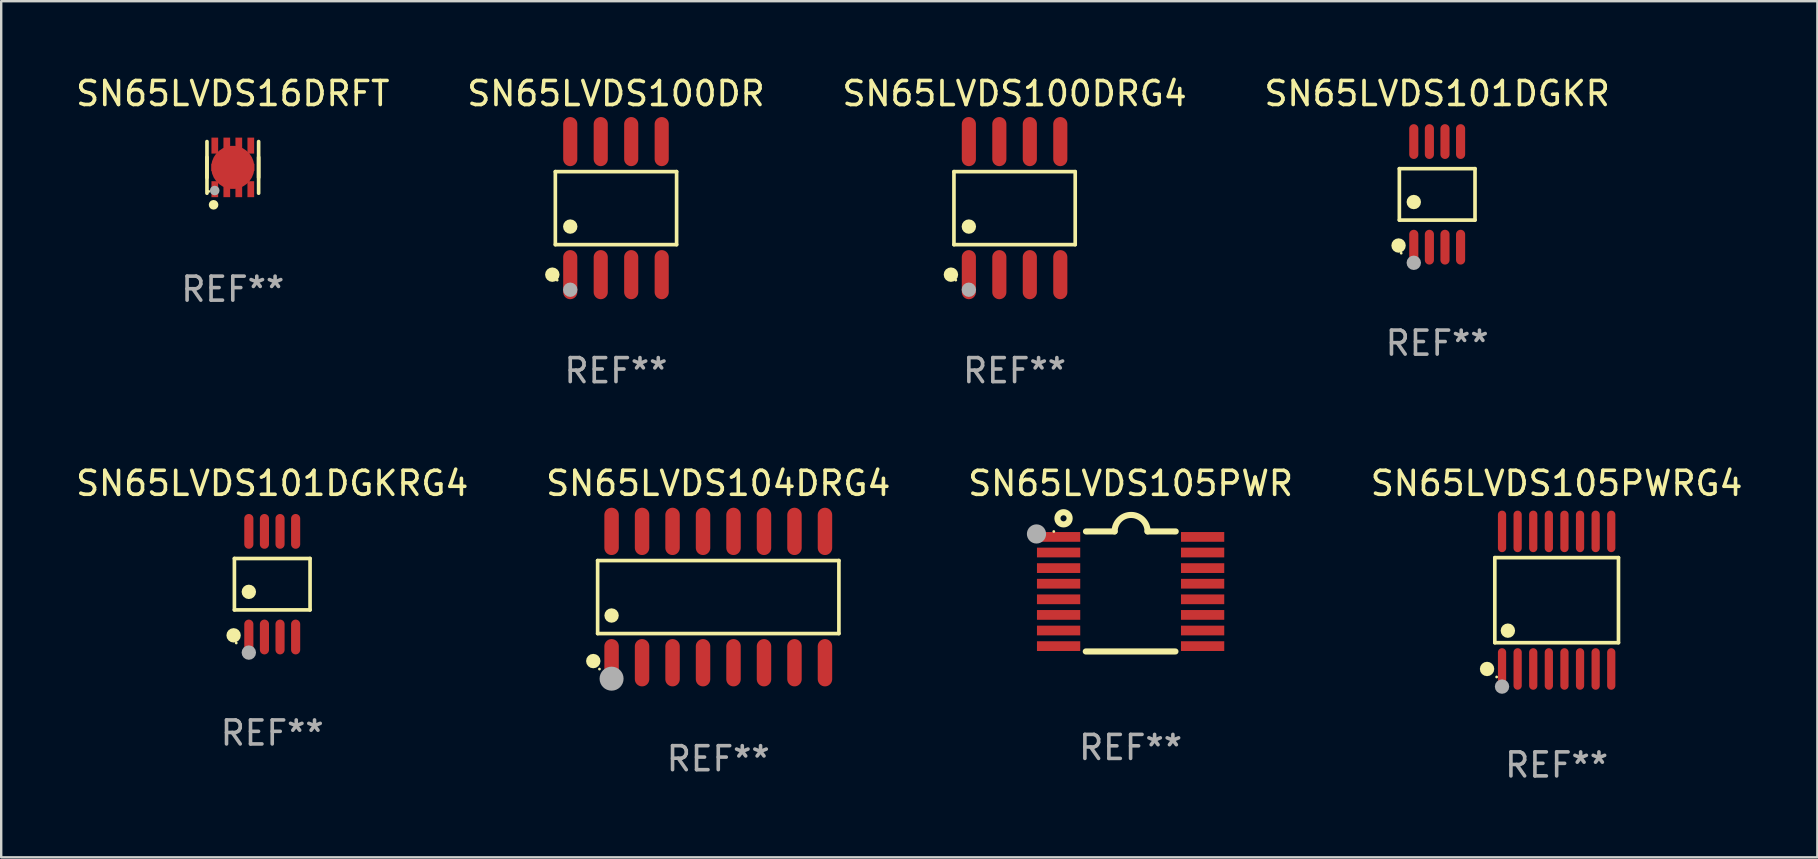
<source format=kicad_pcb>
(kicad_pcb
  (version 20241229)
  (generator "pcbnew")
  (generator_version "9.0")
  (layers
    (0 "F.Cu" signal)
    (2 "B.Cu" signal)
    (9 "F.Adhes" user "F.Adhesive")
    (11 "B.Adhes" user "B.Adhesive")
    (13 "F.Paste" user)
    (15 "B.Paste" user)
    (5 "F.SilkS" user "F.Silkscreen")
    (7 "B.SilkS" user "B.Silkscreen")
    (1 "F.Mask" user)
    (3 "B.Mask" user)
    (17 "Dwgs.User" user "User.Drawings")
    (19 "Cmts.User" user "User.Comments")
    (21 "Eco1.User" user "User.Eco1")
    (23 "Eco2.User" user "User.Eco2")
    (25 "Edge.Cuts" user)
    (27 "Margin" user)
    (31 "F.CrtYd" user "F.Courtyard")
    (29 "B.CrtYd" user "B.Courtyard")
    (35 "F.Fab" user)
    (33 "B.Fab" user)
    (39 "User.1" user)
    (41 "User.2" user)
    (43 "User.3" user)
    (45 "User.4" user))
  (footprint "SN65LVDS105PWRG4"
    (layer "F.Cu")
    (at 61.804 21.955)
    (property "Reference" "SN65LVDS105PWRG4" (at 0 -4.866 0) (layer "F.SilkS") (effects (font (size 1 1) (thickness 0.15))))
    (attr through_hole)
    (fp_line (start -2.576 -1.772) (end 2.576 -1.772) (stroke (width 0.152) (type solid)) (layer "F.SilkS"))
    (fp_line (start -2.576 1.771) (end -2.576 -1.772) (stroke (width 0.152) (type solid)) (layer "F.SilkS"))
    (fp_line (start 2.576 -1.772) (end 2.576 1.771) (stroke (width 0.152) (type solid)) (layer "F.SilkS"))
    (fp_line (start 2.576 1.771) (end -2.576 1.771) (stroke (width 0.152) (type solid)) (layer "F.SilkS"))
    (fp_circle (center -2.899 2.866) (end -2.749 2.866) (stroke (width 0.3) (type solid)) (fill no) (layer "F.SilkS"))
    (fp_circle (center -2.5 3.2) (end -2.47 3.2) (stroke (width 0.06) (type solid)) (fill no) (layer "F.SilkS"))
    (fp_circle (center -2.032 1.27) (end -1.882 1.27) (stroke (width 0.3) (type solid)) (fill no) (layer "F.SilkS"))
    (fp_circle (center -2.275 3.6) (end -2.125 3.6) (stroke (width 0.3) (type solid)) (fill no) (layer "F.Fab"))
    (fp_text user "REF**" (at 0 6.866 0) (layer "F.Fab") (effects (font (size 1 1) (thickness 0.15))))
    (pad "1" smd oval (at -2.275 2.866) (size 0.343 1.731) (layers "F.Cu" "F.Mask" "F.Paste"))
    (pad "2" smd oval (at -1.625 2.866) (size 0.343 1.731) (layers "F.Cu" "F.Mask" "F.Paste"))
    (pad "3" smd oval (at -0.975 2.866) (size 0.343 1.731) (layers "F.Cu" "F.Mask" "F.Paste"))
    (pad "4" smd oval (at -0.325 2.866) (size 0.343 1.731) (layers "F.Cu" "F.Mask" "F.Paste"))
    (pad "5" smd oval (at 0.325 2.866) (size 0.343 1.731) (layers "F.Cu" "F.Mask" "F.Paste"))
    (pad "6" smd oval (at 0.975 2.866) (size 0.343 1.731) (layers "F.Cu" "F.Mask" "F.Paste"))
    (pad "7" smd oval (at 1.625 2.866) (size 0.343 1.731) (layers "F.Cu" "F.Mask" "F.Paste"))
    (pad "8" smd oval (at 2.275 2.866) (size 0.343 1.731) (layers "F.Cu" "F.Mask" "F.Paste"))
    (pad "9" smd oval (at 2.275 -2.866) (size 0.343 1.731) (layers "F.Cu" "F.Mask" "F.Paste"))
    (pad "10" smd oval (at 1.625 -2.866) (size 0.343 1.731) (layers "F.Cu" "F.Mask" "F.Paste"))
    (pad "11" smd oval (at 0.975 -2.866) (size 0.343 1.731) (layers "F.Cu" "F.Mask" "F.Paste"))
    (pad "12" smd oval (at 0.325 -2.866) (size 0.343 1.731) (layers "F.Cu" "F.Mask" "F.Paste"))
    (pad "13" smd oval (at -0.325 -2.866) (size 0.343 1.731) (layers "F.Cu" "F.Mask" "F.Paste"))
    (pad "14" smd oval (at -0.975 -2.866) (size 0.343 1.731) (layers "F.Cu" "F.Mask" "F.Paste"))
    (pad "15" smd oval (at -1.625 -2.866) (size 0.343 1.731) (layers "F.Cu" "F.Mask" "F.Paste"))
    (pad "16" smd oval (at -2.275 -2.866) (size 0.343 1.731) (layers "F.Cu" "F.Mask" "F.Paste")))
  (footprint "SN65LVDS16DRFT"
    (layer "F.Cu")
    (at 6.649 3.924)
    (property "Reference" "SN65LVDS16DRFT" (at 0 -3.076 0) (layer "F.SilkS") (effects (font (size 1 1) (thickness 0.15))))
    (attr through_hole)
    (fp_line (start -1.076 -1.076) (end -1.076 0.423) (stroke (width 0.152) (type solid)) (layer "F.SilkS"))
    (fp_line (start -1.076 1.076) (end -1.076 -0.423) (stroke (width 0.152) (type solid)) (layer "F.SilkS"))
    (fp_line (start 1.076 -1.076) (end 1.076 0.423) (stroke (width 0.152) (type solid)) (layer "F.SilkS"))
    (fp_line (start 1.076 1.076) (end 1.076 -0.423) (stroke (width 0.152) (type solid)) (layer "F.SilkS"))
    (fp_circle (center -1 1) (end -0.97 1) (stroke (width 0.06) (type solid)) (fill no) (layer "F.SilkS"))
    (fp_circle (center -0.801 1.559) (end -0.701 1.559) (stroke (width 0.2) (type solid)) (fill no) (layer "F.SilkS"))
    (fp_circle (center -0.753 0.963) (end -0.653 0.963) (stroke (width 0.2) (type solid)) (fill no) (layer "F.Fab"))
    (fp_text user "REF**" (at 0 5.076 0) (layer "F.Fab") (effects (font (size 1 1) (thickness 0.15))))
    (pad "1" smd rect (at -0.75 0.908) (size 0.28 0.665) (layers "F.Cu" "F.Mask" "F.Paste"))
    (pad "2" smd rect (at -0.25 0.908) (size 0.28 0.665) (layers "F.Cu" "F.Mask" "F.Paste"))
    (pad "3" smd rect (at 0.25 0.908) (size 0.28 0.665) (layers "F.Cu" "F.Mask" "F.Paste"))
    (pad "4" smd rect (at 0.75 0.908) (size 0.28 0.665) (layers "F.Cu" "F.Mask" "F.Paste"))
    (pad "5" smd rect (at 0.75 -0.908) (size 0.28 0.665) (layers "F.Cu" "F.Mask" "F.Paste"))
    (pad "6" smd rect (at 0.25 -0.908) (size 0.28 0.665) (layers "F.Cu" "F.Mask" "F.Paste"))
    (pad "7" smd rect (at -0.25 -0.908) (size 0.28 0.665) (layers "F.Cu" "F.Mask" "F.Paste"))
    (pad "8" smd rect (at -0.75 -0.908) (size 0.28 0.665) (layers "F.Cu" "F.Mask" "F.Paste"))
    (pad "9" smd custom (at 0 0) (size 1.8 0.5) (layers "F.Cu" "F.Mask" "F.Paste") (options (anchor circle)) (primitives (gr_poly (pts (xy 0.25 0.25) (xy -0.25 0.25) (xy -0.25 0.15) (xy -0.9 0.15) (xy -0.9 -0.15) (xy -0.25 -0.15) (xy -0.25 -0.25) (xy 0.25 -0.25) (xy 0.25 -0.15) (xy 0.9 -0.15) (xy 0.9 0.15) (xy 0.25 0.15)) (width 0) (fill yes)))))
  (footprint "SN65LVDS100DRG4"
    (layer "F.Cu")
    (at 39.22 5.621)
    (property "Reference" "SN65LVDS100DRG4" (at 0 -4.772 0) (layer "F.SilkS") (effects (font (size 1 1) (thickness 0.15))))
    (attr through_hole)
    (fp_line (start -2.526 -1.521) (end 2.526 -1.521) (stroke (width 0.152) (type solid)) (layer "F.SilkS"))
    (fp_line (start -2.526 1.521) (end -2.526 -1.521) (stroke (width 0.152) (type solid)) (layer "F.SilkS"))
    (fp_line (start 2.526 -1.521) (end 2.526 1.521) (stroke (width 0.152) (type solid)) (layer "F.SilkS"))
    (fp_line (start 2.526 1.521) (end -2.526 1.521) (stroke (width 0.152) (type solid)) (layer "F.SilkS"))
    (fp_circle (center -2.652 2.772) (end -2.501 2.772) (stroke (width 0.3) (type solid)) (fill no) (layer "F.SilkS"))
    (fp_circle (center -2.45 3) (end -2.42 3) (stroke (width 0.06) (type solid)) (fill no) (layer "F.SilkS"))
    (fp_circle (center -1.905 0.769) (end -1.755 0.769) (stroke (width 0.3) (type solid)) (fill no) (layer "F.SilkS"))
    (fp_circle (center -1.905 3.4) (end -1.755 3.4) (stroke (width 0.3) (type solid)) (fill no) (layer "F.Fab"))
    (fp_text user "REF**" (at 0 6.772 0) (layer "F.Fab") (effects (font (size 1 1) (thickness 0.15))))
    (pad "1" smd oval (at -1.905 2.772) (size 0.588 2.045) (layers "F.Cu" "F.Mask" "F.Paste"))
    (pad "2" smd oval (at -0.635 2.772) (size 0.588 2.045) (layers "F.Cu" "F.Mask" "F.Paste"))
    (pad "3" smd oval (at 0.635 2.772) (size 0.588 2.045) (layers "F.Cu" "F.Mask" "F.Paste"))
    (pad "4" smd oval (at 1.905 2.772) (size 0.588 2.045) (layers "F.Cu" "F.Mask" "F.Paste"))
    (pad "5" smd oval (at 1.905 -2.772) (size 0.588 2.045) (layers "F.Cu" "F.Mask" "F.Paste"))
    (pad "6" smd oval (at 0.635 -2.772) (size 0.588 2.045) (layers "F.Cu" "F.Mask" "F.Paste"))
    (pad "7" smd oval (at -0.635 -2.772) (size 0.588 2.045) (layers "F.Cu" "F.Mask" "F.Paste"))
    (pad "8" smd oval (at -1.905 -2.772) (size 0.588 2.045) (layers "F.Cu" "F.Mask" "F.Paste")))
  (footprint "SN65LVDS105PWR"
    (layer "F.Cu")
    (at 44.054 21.591)
    (property "Reference" "SN65LVDS105PWR" (at 0 -4.501 0) (layer "F.SilkS") (effects (font (size 1 1) (thickness 0.15))))
    (attr through_hole)
    (fp_line (start -1.868 2.501) (end 1.868 2.501) (stroke (width 0.254) (type solid)) (layer "F.SilkS"))
    (fp_line (start -1.86 -2.499) (end -0.666 -2.501) (stroke (width 0.254) (type solid)) (layer "F.SilkS"))
    (fp_line (start 0.706 -2.501) (end 1.88 -2.499) (stroke (width 0.254) (type solid)) (layer "F.SilkS"))
    (fp_arc (start -0.665914 -2.501448) (mid 0.019888 -3.18725) (end 0.70569 -2.501448) (stroke (width 0.254001) (type solid)) (layer "F.SilkS"))
    (fp_circle (center -3.2 -2.497) (end -3.17 -2.497) (stroke (width 0.06) (type solid)) (fill no) (layer "F.SilkS"))
    (fp_circle (center -2.794 -3.047) (end -2.54 -3.047) (stroke (width 0.254) (type solid)) (fill no) (layer "F.SilkS"))
    (fp_circle (center -3.921 -2.395) (end -3.721 -2.395) (stroke (width 0.4) (type solid)) (fill no) (layer "F.Fab"))
    (fp_text user "REF**" (at 0 6.501 0) (layer "F.Fab") (effects (font (size 1 1) (thickness 0.15))))
    (pad "1" smd rect (at -3 -2.272) (size 1.803 0.406) (layers "F.Cu" "F.Mask" "F.Paste"))
    (pad "2" smd rect (at -3 -1.622) (size 1.803 0.406) (layers "F.Cu" "F.Mask" "F.Paste"))
    (pad "3" smd rect (at -3 -0.972) (size 1.803 0.406) (layers "F.Cu" "F.Mask" "F.Paste"))
    (pad "4" smd rect (at -3 -0.322) (size 1.803 0.406) (layers "F.Cu" "F.Mask" "F.Paste"))
    (pad "5" smd rect (at -3 0.328) (size 1.803 0.406) (layers "F.Cu" "F.Mask" "F.Paste"))
    (pad "6" smd rect (at -3 0.978) (size 1.803 0.406) (layers "F.Cu" "F.Mask" "F.Paste"))
    (pad "7" smd rect (at -3 1.628) (size 1.803 0.406) (layers "F.Cu" "F.Mask" "F.Paste"))
    (pad "8" smd rect (at -3 2.278) (size 1.803 0.406) (layers "F.Cu" "F.Mask" "F.Paste"))
    (pad "9" smd rect (at 3 2.278) (size 1.803 0.406) (layers "F.Cu" "F.Mask" "F.Paste"))
    (pad "10" smd rect (at 3 1.628) (size 1.803 0.406) (layers "F.Cu" "F.Mask" "F.Paste"))
    (pad "11" smd rect (at 3 0.978) (size 1.803 0.406) (layers "F.Cu" "F.Mask" "F.Paste"))
    (pad "12" smd rect (at 3 0.328) (size 1.803 0.406) (layers "F.Cu" "F.Mask" "F.Paste"))
    (pad "13" smd rect (at 3 -0.322) (size 1.803 0.406) (layers "F.Cu" "F.Mask" "F.Paste"))
    (pad "14" smd rect (at 3 -0.972) (size 1.803 0.406) (layers "F.Cu" "F.Mask" "F.Paste"))
    (pad "15" smd rect (at 3 -1.622) (size 1.803 0.406) (layers "F.Cu" "F.Mask" "F.Paste"))
    (pad "16" smd rect (at 3 -2.272) (size 1.803 0.406) (layers "F.Cu" "F.Mask" "F.Paste")))
  (footprint "SN65LVDS101DGKRG4"
    (layer "F.Cu")
    (at 8.292 21.289)
    (property "Reference" "SN65LVDS101DGKRG4" (at 0 -4.2 0) (layer "F.SilkS") (effects (font (size 1 1) (thickness 0.15))))
    (attr through_hole)
    (fp_line (start -1.576 -1.071) (end 1.576 -1.071) (stroke (width 0.152) (type solid)) (layer "F.SilkS"))
    (fp_line (start -1.576 1.071) (end -1.576 -1.071) (stroke (width 0.152) (type solid)) (layer "F.SilkS"))
    (fp_line (start 1.576 -1.071) (end 1.576 1.071) (stroke (width 0.152) (type solid)) (layer "F.SilkS"))
    (fp_line (start 1.576 1.071) (end -1.576 1.071) (stroke (width 0.152) (type solid)) (layer "F.SilkS"))
    (fp_circle (center -1.609 2.131) (end -1.459 2.131) (stroke (width 0.3) (type solid)) (fill no) (layer "F.SilkS"))
    (fp_circle (center -1.5 2.45) (end -1.47 2.45) (stroke (width 0.06) (type solid)) (fill no) (layer "F.SilkS"))
    (fp_circle (center -0.975 0.319) (end -0.825 0.319) (stroke (width 0.3) (type solid)) (fill no) (layer "F.SilkS"))
    (fp_circle (center -0.975 2.85) (end -0.825 2.85) (stroke (width 0.3) (type solid)) (fill no) (layer "F.Fab"))
    (fp_text user "REF**" (at 0 6.2 0) (layer "F.Fab") (effects (font (size 1 1) (thickness 0.15))))
    (pad "1" smd oval (at -0.975 2.2) (size 0.38 1.45) (layers "F.Cu" "F.Mask" "F.Paste"))
    (pad "2" smd oval (at -0.325 2.2) (size 0.38 1.45) (layers "F.Cu" "F.Mask" "F.Paste"))
    (pad "3" smd oval (at 0.325 2.2) (size 0.38 1.45) (layers "F.Cu" "F.Mask" "F.Paste"))
    (pad "4" smd oval (at 0.975 2.2) (size 0.38 1.45) (layers "F.Cu" "F.Mask" "F.Paste"))
    (pad "5" smd oval (at 0.975 -2.2) (size 0.38 1.45) (layers "F.Cu" "F.Mask" "F.Paste"))
    (pad "6" smd oval (at 0.325 -2.2) (size 0.38 1.45) (layers "F.Cu" "F.Mask" "F.Paste"))
    (pad "7" smd oval (at -0.325 -2.2) (size 0.38 1.45) (layers "F.Cu" "F.Mask" "F.Paste"))
    (pad "8" smd oval (at -0.975 -2.2) (size 0.38 1.45) (layers "F.Cu" "F.Mask" "F.Paste")))
  (footprint "SN65LVDS101DGKR"
    (layer "F.Cu")
    (at 56.827 5.048)
    (property "Reference" "SN65LVDS101DGKR" (at 0 -4.2 0) (layer "F.SilkS") (effects (font (size 1 1) (thickness 0.15))))
    (attr through_hole)
    (fp_line (start -1.576 -1.071) (end 1.576 -1.071) (stroke (width 0.152) (type solid)) (layer "F.SilkS"))
    (fp_line (start -1.576 1.071) (end -1.576 -1.071) (stroke (width 0.152) (type solid)) (layer "F.SilkS"))
    (fp_line (start 1.576 -1.071) (end 1.576 1.071) (stroke (width 0.152) (type solid)) (layer "F.SilkS"))
    (fp_line (start 1.576 1.071) (end -1.576 1.071) (stroke (width 0.152) (type solid)) (layer "F.SilkS"))
    (fp_circle (center -1.609 2.131) (end -1.459 2.131) (stroke (width 0.3) (type solid)) (fill no) (layer "F.SilkS"))
    (fp_circle (center -1.5 2.45) (end -1.47 2.45) (stroke (width 0.06) (type solid)) (fill no) (layer "F.SilkS"))
    (fp_circle (center -0.975 0.319) (end -0.825 0.319) (stroke (width 0.3) (type solid)) (fill no) (layer "F.SilkS"))
    (fp_circle (center -0.975 2.85) (end -0.825 2.85) (stroke (width 0.3) (type solid)) (fill no) (layer "F.Fab"))
    (fp_text user "REF**" (at 0 6.2 0) (layer "F.Fab") (effects (font (size 1 1) (thickness 0.15))))
    (pad "1" smd oval (at -0.975 2.2) (size 0.38 1.45) (layers "F.Cu" "F.Mask" "F.Paste"))
    (pad "2" smd oval (at -0.325 2.2) (size 0.38 1.45) (layers "F.Cu" "F.Mask" "F.Paste"))
    (pad "3" smd oval (at 0.325 2.2) (size 0.38 1.45) (layers "F.Cu" "F.Mask" "F.Paste"))
    (pad "4" smd oval (at 0.975 2.2) (size 0.38 1.45) (layers "F.Cu" "F.Mask" "F.Paste"))
    (pad "5" smd oval (at 0.975 -2.2) (size 0.38 1.45) (layers "F.Cu" "F.Mask" "F.Paste"))
    (pad "6" smd oval (at 0.325 -2.2) (size 0.38 1.45) (layers "F.Cu" "F.Mask" "F.Paste"))
    (pad "7" smd oval (at -0.325 -2.2) (size 0.38 1.45) (layers "F.Cu" "F.Mask" "F.Paste"))
    (pad "8" smd oval (at -0.975 -2.2) (size 0.38 1.45) (layers "F.Cu" "F.Mask" "F.Paste")))
  (footprint "SN65LVDS100DR"
    (layer "F.Cu")
    (at 22.613 5.621)
    (property "Reference" "SN65LVDS100DR" (at 0 -4.772 0) (layer "F.SilkS") (effects (font (size 1 1) (thickness 0.15))))
    (attr through_hole)
    (fp_line (start -2.526 -1.521) (end 2.526 -1.521) (stroke (width 0.152) (type solid)) (layer "F.SilkS"))
    (fp_line (start -2.526 1.521) (end -2.526 -1.521) (stroke (width 0.152) (type solid)) (layer "F.SilkS"))
    (fp_line (start 2.526 -1.521) (end 2.526 1.521) (stroke (width 0.152) (type solid)) (layer "F.SilkS"))
    (fp_line (start 2.526 1.521) (end -2.526 1.521) (stroke (width 0.152) (type solid)) (layer "F.SilkS"))
    (fp_circle (center -2.652 2.772) (end -2.501 2.772) (stroke (width 0.3) (type solid)) (fill no) (layer "F.SilkS"))
    (fp_circle (center -2.45 3) (end -2.42 3) (stroke (width 0.06) (type solid)) (fill no) (layer "F.SilkS"))
    (fp_circle (center -1.905 0.769) (end -1.755 0.769) (stroke (width 0.3) (type solid)) (fill no) (layer "F.SilkS"))
    (fp_circle (center -1.905 3.4) (end -1.755 3.4) (stroke (width 0.3) (type solid)) (fill no) (layer "F.Fab"))
    (fp_text user "REF**" (at 0 6.772 0) (layer "F.Fab") (effects (font (size 1 1) (thickness 0.15))))
    (pad "1" smd oval (at -1.905 2.772) (size 0.588 2.045) (layers "F.Cu" "F.Mask" "F.Paste"))
    (pad "2" smd oval (at -0.635 2.772) (size 0.588 2.045) (layers "F.Cu" "F.Mask" "F.Paste"))
    (pad "3" smd oval (at 0.635 2.772) (size 0.588 2.045) (layers "F.Cu" "F.Mask" "F.Paste"))
    (pad "4" smd oval (at 1.905 2.772) (size 0.588 2.045) (layers "F.Cu" "F.Mask" "F.Paste"))
    (pad "5" smd oval (at 1.905 -2.772) (size 0.588 2.045) (layers "F.Cu" "F.Mask" "F.Paste"))
    (pad "6" smd oval (at 0.635 -2.772) (size 0.588 2.045) (layers "F.Cu" "F.Mask" "F.Paste"))
    (pad "7" smd oval (at -0.635 -2.772) (size 0.588 2.045) (layers "F.Cu" "F.Mask" "F.Paste"))
    (pad "8" smd oval (at -1.905 -2.772) (size 0.588 2.045) (layers "F.Cu" "F.Mask" "F.Paste")))
  (footprint "SN65LVDS104DRG4"
    (layer "F.Cu")
    (at 26.875 21.825)
    (property "Reference" "SN65LVDS104DRG4" (at 0 -4.736 0) (layer "F.SilkS") (effects (font (size 1 1) (thickness 0.15))))
    (attr through_hole)
    (fp_line (start -5.026 -1.521) (end 5.026 -1.521) (stroke (width 0.152) (type solid)) (layer "F.SilkS"))
    (fp_line (start -5.026 1.521) (end -5.026 -1.521) (stroke (width 0.152) (type solid)) (layer "F.SilkS"))
    (fp_line (start 5.026 -1.521) (end 5.026 1.521) (stroke (width 0.152) (type solid)) (layer "F.SilkS"))
    (fp_line (start 5.026 1.521) (end -5.026 1.521) (stroke (width 0.152) (type solid)) (layer "F.SilkS"))
    (fp_circle (center -5.207 2.667) (end -5.057 2.667) (stroke (width 0.3) (type solid)) (fill no) (layer "F.SilkS"))
    (fp_circle (center -4.95 3) (end -4.92 3) (stroke (width 0.06) (type solid)) (fill no) (layer "F.SilkS"))
    (fp_circle (center -4.445 0.769) (end -4.295 0.769) (stroke (width 0.3) (type solid)) (fill no) (layer "F.SilkS"))
    (fp_circle (center -4.445 3.4) (end -4.195 3.4) (stroke (width 0.5) (type solid)) (fill no) (layer "F.Fab"))
    (fp_text user "REF**" (at 0 6.736 0) (layer "F.Fab") (effects (font (size 1 1) (thickness 0.15))))
    (pad "1" smd oval (at -4.445 2.736) (size 0.602 1.971) (layers "F.Cu" "F.Mask" "F.Paste"))
    (pad "2" smd oval (at -3.175 2.736) (size 0.602 1.971) (layers "F.Cu" "F.Mask" "F.Paste"))
    (pad "3" smd oval (at -1.905 2.736) (size 0.602 1.971) (layers "F.Cu" "F.Mask" "F.Paste"))
    (pad "4" smd oval (at -0.635 2.736) (size 0.602 1.971) (layers "F.Cu" "F.Mask" "F.Paste"))
    (pad "5" smd oval (at 0.635 2.736) (size 0.602 1.971) (layers "F.Cu" "F.Mask" "F.Paste"))
    (pad "6" smd oval (at 1.905 2.736) (size 0.602 1.971) (layers "F.Cu" "F.Mask" "F.Paste"))
    (pad "7" smd oval (at 3.175 2.736) (size 0.602 1.971) (layers "F.Cu" "F.Mask" "F.Paste"))
    (pad "8" smd oval (at 4.445 2.736) (size 0.602 1.971) (layers "F.Cu" "F.Mask" "F.Paste"))
    (pad "9" smd oval (at 4.445 -2.736) (size 0.602 1.971) (layers "F.Cu" "F.Mask" "F.Paste"))
    (pad "10" smd oval (at 3.175 -2.736) (size 0.602 1.971) (layers "F.Cu" "F.Mask" "F.Paste"))
    (pad "11" smd oval (at 1.905 -2.736) (size 0.602 1.971) (layers "F.Cu" "F.Mask" "F.Paste"))
    (pad "12" smd oval (at 0.635 -2.736) (size 0.602 1.971) (layers "F.Cu" "F.Mask" "F.Paste"))
    (pad "13" smd oval (at -0.635 -2.736) (size 0.602 1.971) (layers "F.Cu" "F.Mask" "F.Paste"))
    (pad "14" smd oval (at -1.905 -2.736) (size 0.602 1.971) (layers "F.Cu" "F.Mask" "F.Paste"))
    (pad "15" smd oval (at -3.175 -2.736) (size 0.602 1.971) (layers "F.Cu" "F.Mask" "F.Paste"))
    (pad "16" smd oval (at -4.445 -2.736) (size 0.602 1.971) (layers "F.Cu" "F.Mask" "F.Paste")))
  (gr_rect
    (start -3 -3)
    (end 72.667 32.669)
    (stroke (width 0.1) (type default))
    (fill no)
    (layer "Edge.Cuts")))
</source>
